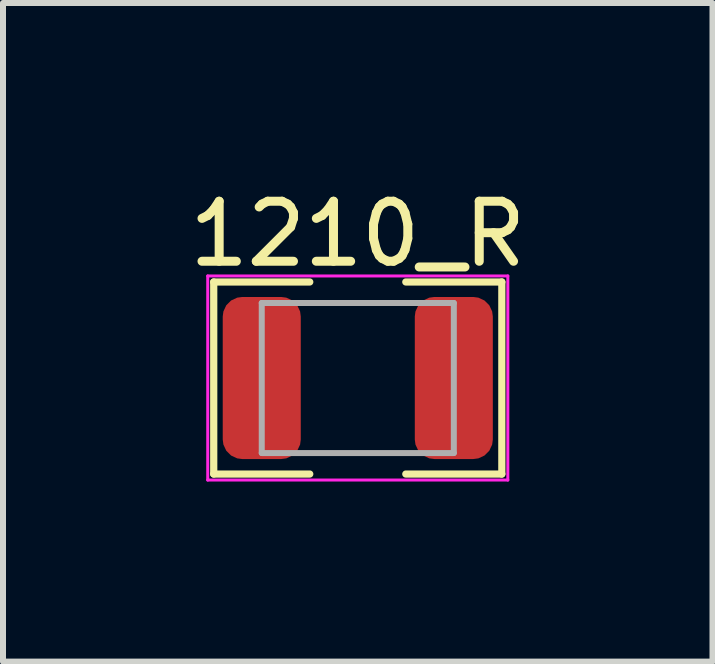
<source format=kicad_pcb>
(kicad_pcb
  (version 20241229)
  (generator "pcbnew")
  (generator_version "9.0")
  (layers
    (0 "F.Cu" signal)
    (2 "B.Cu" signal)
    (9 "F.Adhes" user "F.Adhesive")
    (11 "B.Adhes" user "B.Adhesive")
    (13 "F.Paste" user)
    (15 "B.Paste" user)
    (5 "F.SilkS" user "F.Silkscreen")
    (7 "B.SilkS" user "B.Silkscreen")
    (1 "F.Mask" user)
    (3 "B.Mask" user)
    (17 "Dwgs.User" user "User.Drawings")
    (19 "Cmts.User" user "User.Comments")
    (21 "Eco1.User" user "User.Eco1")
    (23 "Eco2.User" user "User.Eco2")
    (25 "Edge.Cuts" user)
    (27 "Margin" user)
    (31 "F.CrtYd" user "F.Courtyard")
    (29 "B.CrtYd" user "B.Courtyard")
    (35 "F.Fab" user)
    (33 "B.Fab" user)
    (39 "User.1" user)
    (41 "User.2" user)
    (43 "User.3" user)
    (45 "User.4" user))
  (footprint "1210_R"
    (layer "F.Cu")
    (at 2.911 3.248)
    (property "Reference" "1210_R" (at 0 -2.4 0) (layer "F.SilkS") (effects (font (size 1 1) (thickness 0.15))))
    (attr through_hole)
    (fp_line (start -2.4 -1.6) (end -2.4 1.6) (stroke (width 0.12) (type solid)) (layer "F.SilkS"))
    (fp_line (start -2.4 1.6) (end -0.8 1.6) (stroke (width 0.12) (type solid)) (layer "F.SilkS"))
    (fp_line (start -0.8 -1.6) (end -2.4 -1.6) (stroke (width 0.12) (type solid)) (layer "F.SilkS"))
    (fp_line (start 0.8 -1.6) (end 2.4 -1.6) (stroke (width 0.12) (type solid)) (layer "F.SilkS"))
    (fp_line (start 2.4 -1.6) (end 2.4 1.6) (stroke (width 0.12) (type solid)) (layer "F.SilkS"))
    (fp_line (start 2.4 1.6) (end 0.8 1.6) (stroke (width 0.12) (type solid)) (layer "F.SilkS"))
    (fp_line (start -2.5 -1.7) (end 2.5 -1.7) (stroke (width 0.05) (type solid)) (layer "F.CrtYd"))
    (fp_line (start -2.5 1.7) (end -2.5 -1.7) (stroke (width 0.05) (type solid)) (layer "F.CrtYd"))
    (fp_line (start 2.5 -1.7) (end 2.5 1.7) (stroke (width 0.05) (type solid)) (layer "F.CrtYd"))
    (fp_line (start 2.5 1.7) (end -2.5 1.7) (stroke (width 0.05) (type solid)) (layer "F.CrtYd"))
    (fp_line (start -1.6 -1.25) (end 1.6 -1.25) (stroke (width 0.1) (type solid)) (layer "F.Fab"))
    (fp_line (start -1.6 1.25) (end -1.6 -1.25) (stroke (width 0.1) (type solid)) (layer "F.Fab"))
    (fp_line (start 1.6 -1.25) (end 1.6 1.25) (stroke (width 0.1) (type solid)) (layer "F.Fab"))
    (fp_line (start 1.6 1.25) (end -1.6 1.25) (stroke (width 0.1) (type solid)) (layer "F.Fab"))
    (pad "1" smd roundrect (at -1.6 0) (size 1.3 2.7) (layers "F.Cu" "F.Mask" "F.Paste") (roundrect_rratio 0.25))
    (pad "2" smd roundrect (at 1.6 0) (size 1.3 2.7) (layers "F.Cu" "F.Mask" "F.Paste") (roundrect_rratio 0.25)))
  (gr_rect
    (start -3 -3)
    (end 8.821 7.973)
    (stroke (width 0.1) (type default))
    (fill no)
    (layer "Edge.Cuts")))
</source>
